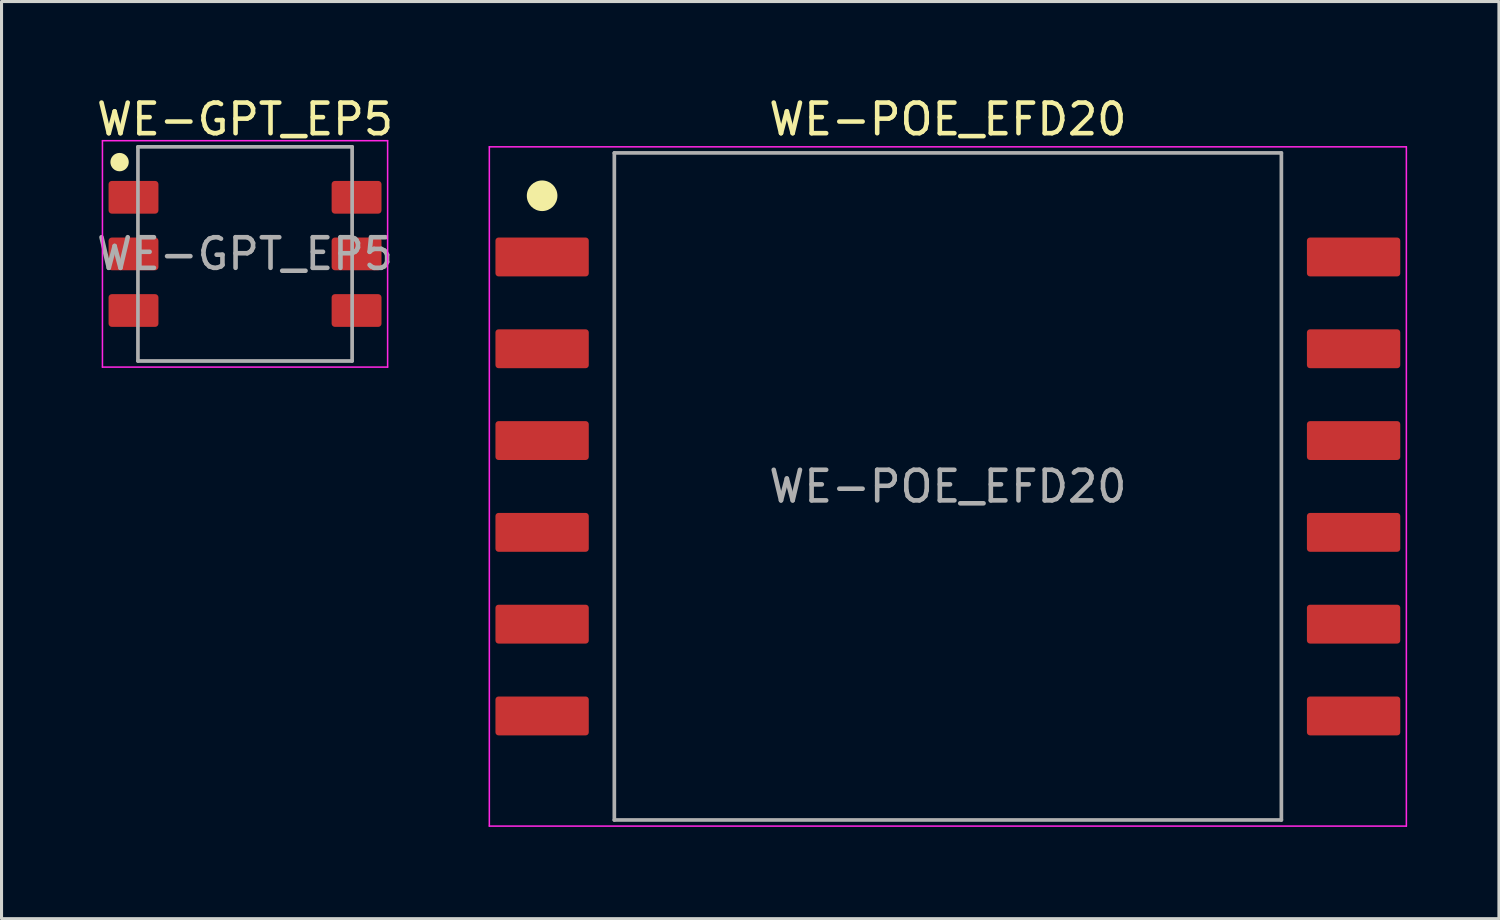
<source format=kicad_pcb>
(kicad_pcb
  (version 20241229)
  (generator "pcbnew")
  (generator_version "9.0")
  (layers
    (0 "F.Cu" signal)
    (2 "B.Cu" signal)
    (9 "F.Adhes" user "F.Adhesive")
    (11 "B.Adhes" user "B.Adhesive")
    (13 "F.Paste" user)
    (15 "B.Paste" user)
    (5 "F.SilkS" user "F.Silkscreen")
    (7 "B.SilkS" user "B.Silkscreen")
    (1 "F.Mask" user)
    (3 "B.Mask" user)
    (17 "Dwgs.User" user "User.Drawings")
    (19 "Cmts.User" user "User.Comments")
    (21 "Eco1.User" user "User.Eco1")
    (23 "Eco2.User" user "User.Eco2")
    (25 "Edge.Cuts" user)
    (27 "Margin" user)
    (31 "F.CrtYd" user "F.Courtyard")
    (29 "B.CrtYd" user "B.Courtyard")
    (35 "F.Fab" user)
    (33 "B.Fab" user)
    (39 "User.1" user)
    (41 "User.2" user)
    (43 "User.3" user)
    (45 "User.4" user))
  (footprint "WE-GPT_EP5"
    (layer "F.Cu")
    (at 4.958 5.248)
    (property "Reference" "WE-GPT_EP5" (at 0 -4.4 0) (unlocked yes) (layer "F.SilkS") (effects (font (size 1 1) (thickness 0.15))))
    (attr smd)
    (fp_circle (center -4.1 -3) (end -3.8 -3) (stroke (width 0) (type solid)) (fill yes) (layer "F.SilkS"))
    (fp_line (start -4.66 -3.7) (end -4.66 3.7) (stroke (width 0.05) (type solid)) (layer "F.CrtYd"))
    (fp_line (start -4.66 3.7) (end 4.66 3.7) (stroke (width 0.05) (type solid)) (layer "F.CrtYd"))
    (fp_line (start 4.66 -3.7) (end -4.66 -3.7) (stroke (width 0.05) (type solid)) (layer "F.CrtYd"))
    (fp_line (start 4.66 -3.7) (end 4.66 3.7) (stroke (width 0.05) (type solid)) (layer "F.CrtYd"))
    (fp_line (start -3.5 -3.5) (end -3.5 3.5) (stroke (width 0.12) (type solid)) (layer "F.Fab"))
    (fp_line (start -3.5 3.5) (end 3.5 3.5) (stroke (width 0.12) (type solid)) (layer "F.Fab"))
    (fp_line (start 3.5 -3.5) (end -3.5 -3.5) (stroke (width 0.12) (type solid)) (layer "F.Fab"))
    (fp_line (start 3.5 -3.5) (end 3.5 3.5) (stroke (width 0.12) (type solid)) (layer "F.Fab"))
    (fp_text user "${REFERENCE}" (at 0 0 0) (unlocked yes) (layer "F.Fab") (effects (font (size 1 1) (thickness 0.15))))
    (pad "1" smd roundrect (at -3.645 -1.85) (size 1.63 1.07) (layers "F.Cu" "F.Mask" "F.Paste") (roundrect_rratio 0.1))
    (pad "2" smd roundrect (at -3.645 0) (size 1.63 1.07) (layers "F.Cu" "F.Mask" "F.Paste") (roundrect_rratio 0.1))
    (pad "3" smd roundrect (at -3.645 1.85) (size 1.63 1.07) (layers "F.Cu" "F.Mask" "F.Paste") (roundrect_rratio 0.1))
    (pad "4" smd roundrect (at 3.645 1.85) (size 1.63 1.07) (layers "F.Cu" "F.Mask" "F.Paste") (roundrect_rratio 0.1))
    (pad "5" smd roundrect (at 3.645 0) (size 1.63 1.07) (layers "F.Cu" "F.Mask" "F.Paste") (roundrect_rratio 0.1))
    (pad "6" smd roundrect (at 3.645 -1.85) (size 1.63 1.07) (layers "F.Cu" "F.Mask" "F.Paste") (roundrect_rratio 0.1)))
  (footprint "WE-POE_EFD20"
    (layer "F.Cu")
    (at 27.927 12.848)
    (property "Reference" "WE-POE_EFD20" (at 0 -12 0) (unlocked yes) (layer "F.SilkS") (effects (font (size 1 1) (thickness 0.15))))
    (attr smd)
    (fp_circle (center -13.26 -9.5) (end -12.76 -9.5) (stroke (width 0) (type solid)) (fill yes) (layer "F.SilkS"))
    (fp_line (start -14.985 -11.1) (end -14.985 11.1) (stroke (width 0.05) (type solid)) (layer "F.CrtYd"))
    (fp_line (start -14.985 11.1) (end 14.985 11.1) (stroke (width 0.05) (type solid)) (layer "F.CrtYd"))
    (fp_line (start 14.985 -11.1) (end -14.985 -11.1) (stroke (width 0.05) (type solid)) (layer "F.CrtYd"))
    (fp_line (start 14.985 11.1) (end 14.985 -11.1) (stroke (width 0.05) (type solid)) (layer "F.CrtYd"))
    (fp_line (start -10.9 -10.9) (end -10.9 10.9) (stroke (width 0.12) (type solid)) (layer "F.Fab"))
    (fp_line (start -10.9 10.9) (end 10.9 10.9) (stroke (width 0.12) (type solid)) (layer "F.Fab"))
    (fp_line (start 10.9 -10.9) (end -10.9 -10.9) (stroke (width 0.12) (type solid)) (layer "F.Fab"))
    (fp_line (start 10.9 10.9) (end 10.9 -10.9) (stroke (width 0.12) (type solid)) (layer "F.Fab"))
    (fp_text user "${REFERENCE}" (at 0 0 0) (unlocked yes) (layer "F.Fab") (effects (font (size 1 1) (thickness 0.15))))
    (pad "1" smd roundrect (at -13.26 -7.5) (size 3.05 1.27) (layers "F.Cu" "F.Mask" "F.Paste") (roundrect_rratio 0.079))
    (pad "2" smd roundrect (at -13.26 -4.5) (size 3.05 1.27) (layers "F.Cu" "F.Mask" "F.Paste") (roundrect_rratio 0.079))
    (pad "3" smd roundrect (at -13.26 -1.5) (size 3.05 1.27) (layers "F.Cu" "F.Mask" "F.Paste") (roundrect_rratio 0.079))
    (pad "4" smd roundrect (at -13.26 1.5) (size 3.05 1.27) (layers "F.Cu" "F.Mask" "F.Paste") (roundrect_rratio 0.079))
    (pad "5" smd roundrect (at -13.26 4.5) (size 3.05 1.27) (layers "F.Cu" "F.Mask" "F.Paste") (roundrect_rratio 0.079))
    (pad "6" smd roundrect (at -13.26 7.5) (size 3.05 1.27) (layers "F.Cu" "F.Mask" "F.Paste") (roundrect_rratio 0.079))
    (pad "7" smd roundrect (at 13.26 7.5) (size 3.05 1.27) (layers "F.Cu" "F.Mask" "F.Paste") (roundrect_rratio 0.079))
    (pad "8" smd roundrect (at 13.26 4.5) (size 3.05 1.27) (layers "F.Cu" "F.Mask" "F.Paste") (roundrect_rratio 0.079))
    (pad "9" smd roundrect (at 13.26 1.5) (size 3.05 1.27) (layers "F.Cu" "F.Mask" "F.Paste") (roundrect_rratio 0.079))
    (pad "10" smd roundrect (at 13.26 -1.5) (size 3.05 1.27) (layers "F.Cu" "F.Mask" "F.Paste") (roundrect_rratio 0.079))
    (pad "11" smd roundrect (at 13.26 -4.5) (size 3.05 1.27) (layers "F.Cu" "F.Mask" "F.Paste") (roundrect_rratio 0.079))
    (pad "12" smd roundrect (at 13.26 -7.5) (size 3.05 1.27) (layers "F.Cu" "F.Mask" "F.Paste") (roundrect_rratio 0.079)))
  (gr_rect
    (start -3 -3)
    (end 45.937 26.973)
    (stroke (width 0.1) (type default))
    (fill no)
    (layer "Edge.Cuts")))
</source>
